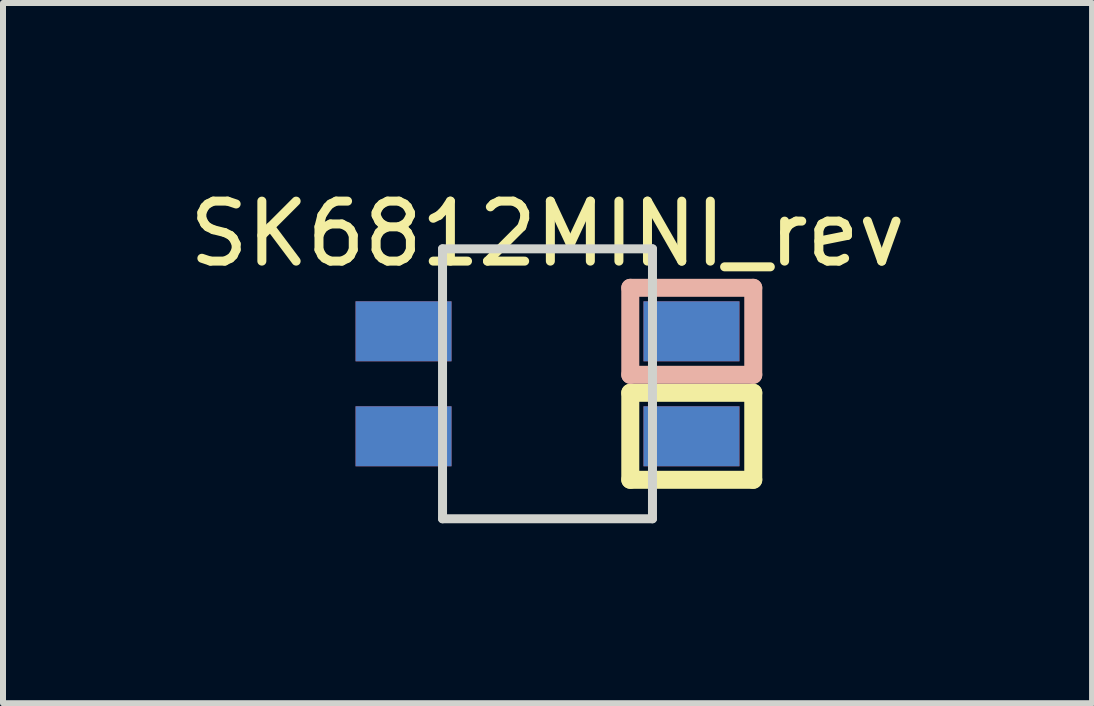
<source format=kicad_pcb>
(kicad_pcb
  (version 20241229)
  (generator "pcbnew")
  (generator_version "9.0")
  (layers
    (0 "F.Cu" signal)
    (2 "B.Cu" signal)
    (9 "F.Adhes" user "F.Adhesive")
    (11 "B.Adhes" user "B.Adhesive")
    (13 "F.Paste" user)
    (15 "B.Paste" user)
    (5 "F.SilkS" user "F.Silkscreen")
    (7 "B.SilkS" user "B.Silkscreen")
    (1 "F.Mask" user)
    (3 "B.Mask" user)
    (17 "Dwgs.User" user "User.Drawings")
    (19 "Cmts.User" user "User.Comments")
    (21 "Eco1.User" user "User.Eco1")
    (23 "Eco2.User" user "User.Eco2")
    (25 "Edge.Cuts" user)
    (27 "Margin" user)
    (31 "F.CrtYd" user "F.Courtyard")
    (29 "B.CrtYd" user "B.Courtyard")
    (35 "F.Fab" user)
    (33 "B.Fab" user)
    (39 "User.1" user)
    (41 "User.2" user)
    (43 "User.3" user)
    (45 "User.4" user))
  (footprint "SK6812MINI_rev"
    (layer "F.Cu")
    (at 6.077 3.348)
    (property "Reference" "SK6812MINI_rev" (at 0 -2.5 0) (layer "F.SilkS") (effects (font (size 1 1) (thickness 0.15))))
    (attr through_hole)
    (fp_line (start 1.38 0.15) (end 3.43 0.15) (stroke (width 0.3) (type solid)) (layer "F.SilkS"))
    (fp_line (start 1.38 1.6) (end 1.38 0.15) (stroke (width 0.3) (type solid)) (layer "F.SilkS"))
    (fp_line (start 3.43 0.15) (end 3.43 1.6) (stroke (width 0.3) (type solid)) (layer "F.SilkS"))
    (fp_line (start 3.43 1.6) (end 1.38 1.6) (stroke (width 0.3) (type solid)) (layer "F.SilkS"))
    (fp_line (start 1.38 -1.6) (end 3.43 -1.6) (stroke (width 0.3) (type solid)) (layer "B.SilkS"))
    (fp_line (start 1.38 -0.15) (end 1.38 -1.6) (stroke (width 0.3) (type solid)) (layer "B.SilkS"))
    (fp_line (start 3.43 -1.6) (end 3.43 -0.15) (stroke (width 0.3) (type solid)) (layer "B.SilkS"))
    (fp_line (start 3.43 -0.15) (end 1.38 -0.15) (stroke (width 0.3) (type solid)) (layer "B.SilkS"))
    (fp_line (start -1.75 -2.25) (end -1.75 2.25) (stroke (width 0.15) (type solid)) (layer "Edge.Cuts"))
    (fp_line (start -1.75 -2.25) (end 1.75 -2.25) (stroke (width 0.15) (type solid)) (layer "Edge.Cuts"))
    (fp_line (start 1.75 -2.25) (end 1.75 2.25) (stroke (width 0.15) (type solid)) (layer "Edge.Cuts"))
    (fp_line (start 1.75 2.25) (end -1.75 2.25) (stroke (width 0.15) (type solid)) (layer "Edge.Cuts"))
    (pad "1" smd rect (at -2.4 -0.875) (size 1.6 1) (layers "B.Cu" "B.Mask" "B.Paste"))
    (pad "1" smd rect (at -2.4 0.875) (size 1.6 1) (layers "F.Cu" "F.Mask" "F.Paste"))
    (pad "2" smd rect (at -2.4 -0.875) (size 1.6 1) (layers "F.Cu" "F.Mask" "F.Paste"))
    (pad "2" smd rect (at -2.4 0.875) (size 1.6 1) (layers "B.Cu" "B.Mask" "B.Paste"))
    (pad "3" smd rect (at 2.4 -0.875) (size 1.6 1) (layers "F.Cu" "F.Mask" "F.Paste"))
    (pad "3" smd rect (at 2.4 0.875) (size 1.6 1) (layers "B.Cu" "B.Mask" "B.Paste"))
    (pad "4" smd rect (at 2.4 -0.875) (size 1.6 1) (layers "B.Cu" "B.Mask" "B.Paste"))
    (pad "4" smd rect (at 2.4 0.875) (size 1.6 1) (layers "F.Cu" "F.Mask" "F.Paste")))
  (gr_rect
    (start -3 -3)
    (end 15.155 8.673)
    (stroke (width 0.1) (type default))
    (fill no)
    (layer "Edge.Cuts")))
</source>
